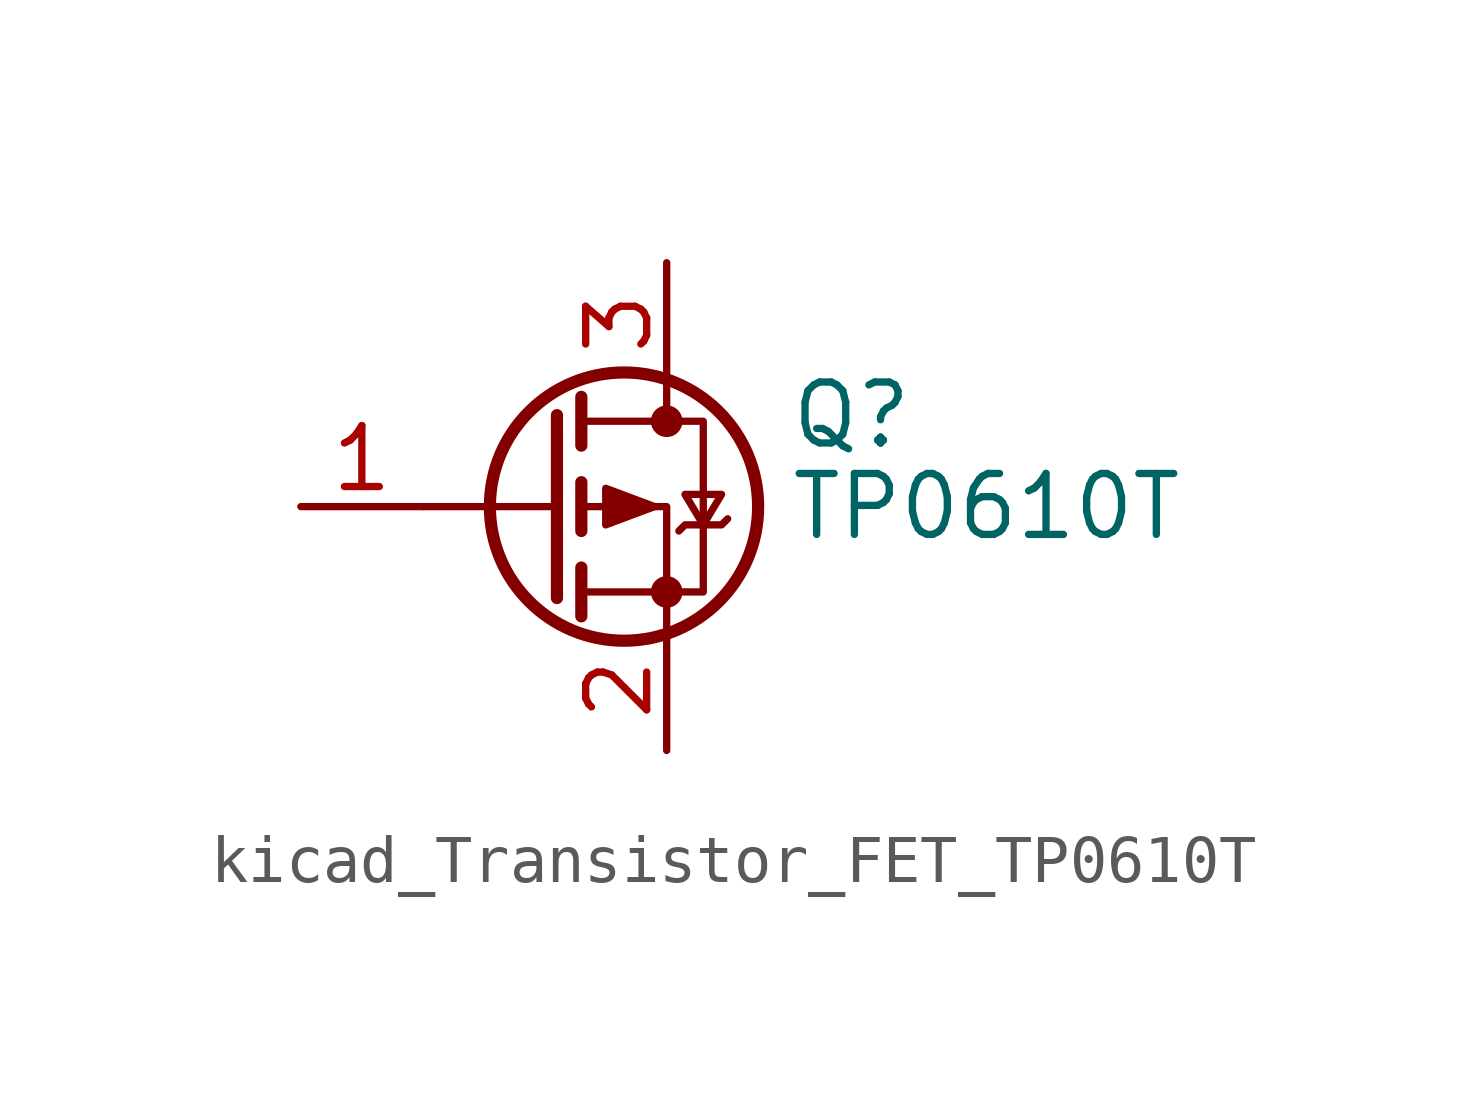
<source format=kicad_sym>
(kicad_symbol_lib
  (version 20220914)
  (generator kicad_symbol_editor)
  (symbol "kicad_Transistor_FET_TP0610T"
    (pin_names hide)
    (property "Reference" "Q"
      (at 5.08 1.905 0)
      (effects (font (size 1.27 1.27)) (justify left)))
    (property "Value" "TP0610T"
      (at 5.08 0 0)
      (effects (font (size 1.27 1.27)) (justify left)))
    (symbol "kicad_Transistor_FET_TP0610T_0_1"
      (polyline (pts (xy 0.254 0) (xy -2.54 0)) (stroke (width 0) (type default)) (fill (type none)))
      (polyline (pts (xy 0.254 1.905) (xy 0.254 -1.905)) (stroke (width 0.254) (type default)) (fill (type none)))
      (polyline (pts (xy 0.762 -1.27) (xy 0.762 -2.286)) (stroke (width 0.254) (type default)) (fill (type none)))
      (polyline (pts (xy 0.762 0.508) (xy 0.762 -0.508)) (stroke (width 0.254) (type default)) (fill (type none)))
      (polyline (pts (xy 0.762 2.286) (xy 0.762 1.27)) (stroke (width 0.254) (type default)) (fill (type none)))
      (polyline (pts (xy 2.54 2.54) (xy 2.54 1.778)) (stroke (width 0) (type default)) (fill (type none)))
      (polyline (pts (xy 2.54 -2.54) (xy 2.54 0) (xy 0.762 0)) (stroke (width 0) (type default)) (fill (type none)))
      (polyline (pts (xy 0.762 1.778) (xy 3.302 1.778) (xy 3.302 -1.778) (xy 0.762 -1.778)) (stroke (width 0) (type default)) (fill (type none)))
      (polyline (pts (xy 2.286 0) (xy 1.27 0.381) (xy 1.27 -0.381) (xy 2.286 0)) (stroke (width 0) (type default)) (fill (type outline)))
      (polyline (pts (xy 2.794 -0.508) (xy 2.921 -0.381) (xy 3.683 -0.381) (xy 3.81 -0.254)) (stroke (width 0) (type default)) (fill (type none)))
      (polyline (pts (xy 3.302 -0.381) (xy 2.921 0.254) (xy 3.683 0.254) (xy 3.302 -0.381)) (stroke (width 0) (type default)) (fill (type none)))
      (circle (center 1.651 0) (radius 2.794) (stroke (width 0.254) (type default)) (fill (type none)))
      (circle (center 2.54 -1.778) (radius 0.254) (stroke (width 0) (type default)) (fill (type outline)))
      (circle (center 2.54 1.778) (radius 0.254) (stroke (width 0) (type default)) (fill (type outline))))
    (symbol "kicad_Transistor_FET_TP0610T_1_1"
      (pin input line (at -5.08 0 0) (length 2.54) (name "G" (effects (font (size 1.27 1.27)))) (number "1" (effects (font (size 1.27 1.27)))))
      (pin passive line (at 2.54 -5.08 90) (length 2.54) (name "S" (effects (font (size 1.27 1.27)))) (number "2" (effects (font (size 1.27 1.27)))))
      (pin passive line (at 2.54 5.08 270) (length 2.54) (name "D" (effects (font (size 1.27 1.27)))) (number "3" (effects (font (size 1.27 1.27))))))))
</source>
